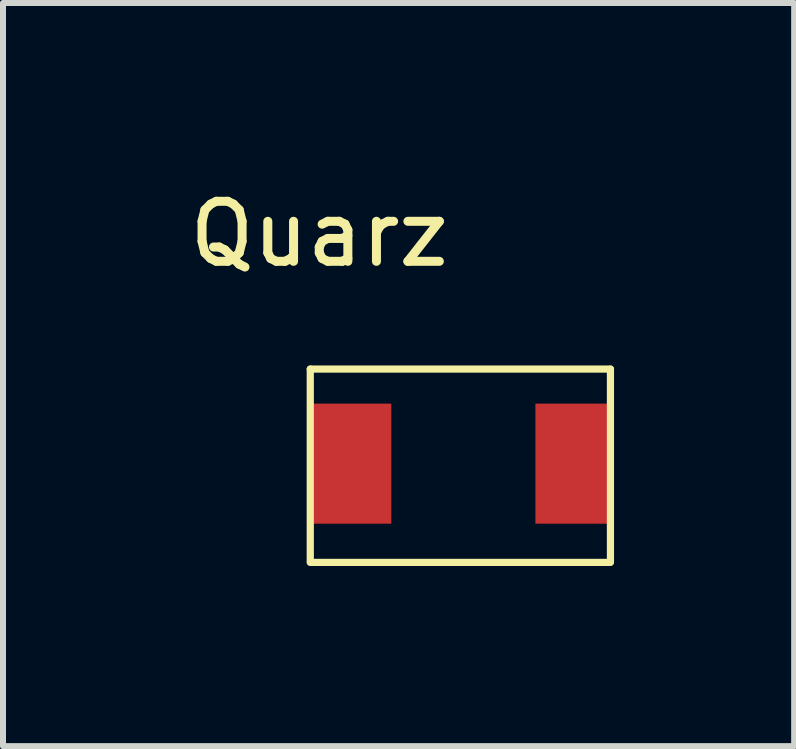
<source format=kicad_pcb>
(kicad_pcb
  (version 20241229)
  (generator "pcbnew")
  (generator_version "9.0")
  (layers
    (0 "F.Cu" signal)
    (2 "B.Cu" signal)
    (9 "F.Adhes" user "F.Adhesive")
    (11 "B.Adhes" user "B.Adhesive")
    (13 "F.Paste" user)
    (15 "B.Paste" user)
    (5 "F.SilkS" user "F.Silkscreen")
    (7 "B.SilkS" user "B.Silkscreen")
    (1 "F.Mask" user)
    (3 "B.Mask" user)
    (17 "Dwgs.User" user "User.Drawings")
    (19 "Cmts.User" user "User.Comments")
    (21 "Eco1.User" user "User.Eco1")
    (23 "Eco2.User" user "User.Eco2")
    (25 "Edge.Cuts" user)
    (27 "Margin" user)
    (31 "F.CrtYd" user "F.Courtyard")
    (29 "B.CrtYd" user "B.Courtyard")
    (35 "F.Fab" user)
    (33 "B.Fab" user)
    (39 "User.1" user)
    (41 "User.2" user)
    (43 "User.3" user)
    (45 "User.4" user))
  (footprint "Quarz"
    (layer "F.Cu")
    (at 2.118 3.073)
    (property "Reference" "Quarz" (at 0.15 -2.225 0) (layer "F.SilkS") (effects (font (size 1 1) (thickness 0.15))))
    (attr through_hole)
    (fp_line (start 0 0.025) (end 0 3.225) (stroke (width 0.12) (type solid)) (layer "F.SilkS"))
    (fp_line (start 0 0.025) (end 5 0.025) (stroke (width 0.12) (type solid)) (layer "F.SilkS"))
    (fp_line (start 0 3.245) (end 5 3.245) (stroke (width 0.12) (type solid)) (layer "F.SilkS"))
    (fp_line (start 5 0.025) (end 5 3.225) (stroke (width 0.12) (type solid)) (layer "F.SilkS"))
    (pad "1" smd rect (at 4.4 1.6) (size 1.3 2) (layers "F.Cu" "F.Mask" "F.Paste"))
    (pad "2" smd rect (at 0.7 1.6) (size 1.3 2) (layers "F.Cu" "F.Mask" "F.Paste")))
  (gr_rect
    (start -3 -3)
    (end 10.178 9.378)
    (stroke (width 0.1) (type default))
    (fill no)
    (layer "Edge.Cuts")))
</source>
